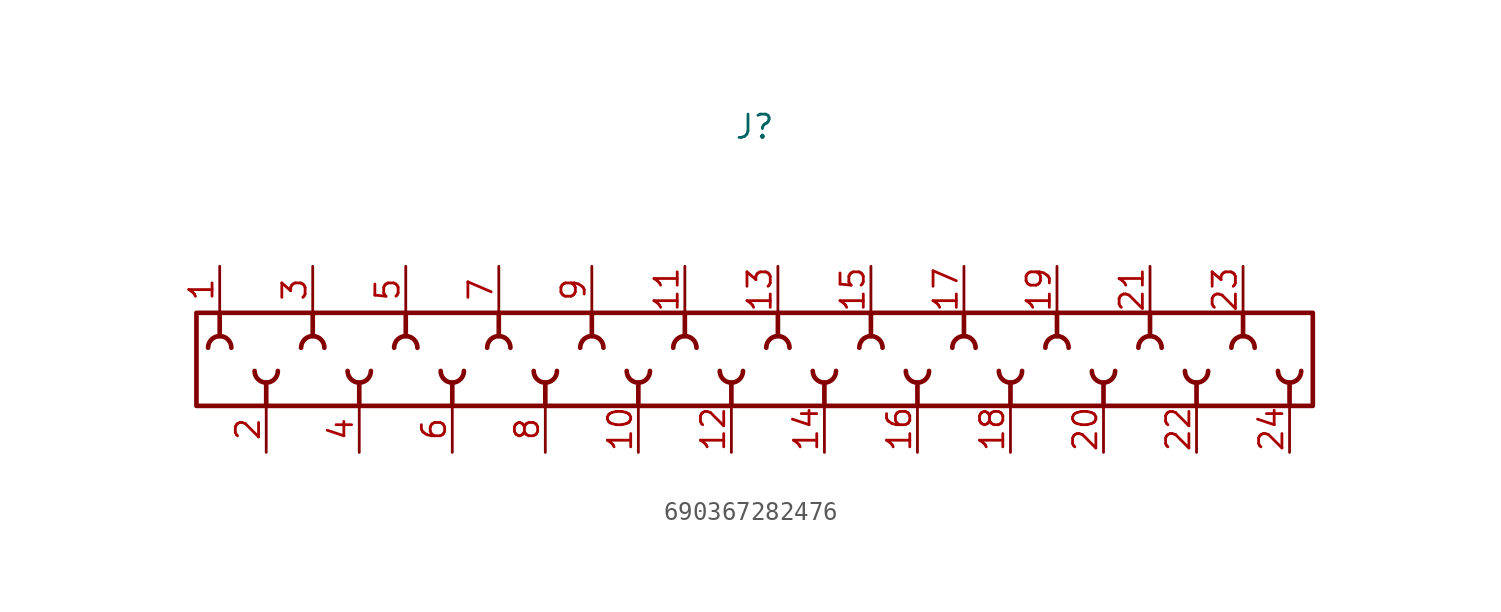
<source format=kicad_sym>
(kicad_symbol_lib
  (version 20241209)
  (generator "kicad_symbol_editor")
  (generator_version "9.0")
  (symbol "690367282476"
    (pin_names
      (hide yes))
    (property "Reference" "J"
      (at 0 12.7 0)
      (effects (font (size 1.27 1.27))))
    (symbol "690367282476_1_1"
      (rectangle (start -30.48 2.54) (end 30.48 -2.54) (stroke (width 0.254) (type solid)) (fill (type none)))
      (polyline (pts (xy -29.21 1.27) (xy -29.21 2.54)) (stroke (width 0.254) (type solid)) (fill (type none)))
      (arc (start -29.845 0.635) (mid -29.21 1.27) (end -28.575 0.635) (stroke (width 0.254) (type solid)) (fill (type none)))
      (arc (start -26.035 -0.635) (mid -26.67 -1.27) (end -27.305 -0.635) (stroke (width 0.254) (type solid)) (fill (type none)))
      (polyline (pts (xy -26.67 -1.27) (xy -26.67 -2.54)) (stroke (width 0.254) (type solid)) (fill (type none)))
      (polyline (pts (xy -24.13 1.27) (xy -24.13 2.54)) (stroke (width 0.254) (type solid)) (fill (type none)))
      (arc (start -24.765 0.635) (mid -24.13 1.27) (end -23.495 0.635) (stroke (width 0.254) (type solid)) (fill (type none)))
      (arc (start -20.955 -0.635) (mid -21.59 -1.27) (end -22.225 -0.635) (stroke (width 0.254) (type solid)) (fill (type none)))
      (polyline (pts (xy -21.59 -1.27) (xy -21.59 -2.54)) (stroke (width 0.254) (type solid)) (fill (type none)))
      (polyline (pts (xy -19.05 1.27) (xy -19.05 2.54)) (stroke (width 0.254) (type solid)) (fill (type none)))
      (arc (start -19.685 0.635) (mid -19.05 1.27) (end -18.415 0.635) (stroke (width 0.254) (type solid)) (fill (type none)))
      (arc (start -15.875 -0.635) (mid -16.51 -1.27) (end -17.145 -0.635) (stroke (width 0.254) (type solid)) (fill (type none)))
      (polyline (pts (xy -16.51 -1.27) (xy -16.51 -2.54)) (stroke (width 0.254) (type solid)) (fill (type none)))
      (polyline (pts (xy -13.97 1.27) (xy -13.97 2.54)) (stroke (width 0.254) (type solid)) (fill (type none)))
      (arc (start -14.605 0.635) (mid -13.97 1.27) (end -13.335 0.635) (stroke (width 0.254) (type solid)) (fill (type none)))
      (arc (start -10.795 -0.635) (mid -11.43 -1.27) (end -12.065 -0.635) (stroke (width 0.254) (type solid)) (fill (type none)))
      (polyline (pts (xy -11.43 -1.27) (xy -11.43 -2.54)) (stroke (width 0.254) (type solid)) (fill (type none)))
      (polyline (pts (xy -8.89 1.27) (xy -8.89 2.54)) (stroke (width 0.254) (type solid)) (fill (type none)))
      (arc (start -9.525 0.635) (mid -8.89 1.27) (end -8.255 0.635) (stroke (width 0.254) (type solid)) (fill (type none)))
      (arc (start -5.715 -0.635) (mid -6.35 -1.27) (end -6.985 -0.635) (stroke (width 0.254) (type solid)) (fill (type none)))
      (polyline (pts (xy -6.35 -1.27) (xy -6.35 -2.54)) (stroke (width 0.254) (type solid)) (fill (type none)))
      (polyline (pts (xy -3.81 1.27) (xy -3.81 2.54)) (stroke (width 0.254) (type solid)) (fill (type none)))
      (arc (start -4.445 0.635) (mid -3.81 1.27) (end -3.175 0.635) (stroke (width 0.254) (type solid)) (fill (type none)))
      (arc (start -0.635 -0.635) (mid -1.27 -1.27) (end -1.905 -0.635) (stroke (width 0.254) (type solid)) (fill (type none)))
      (polyline (pts (xy -1.27 -1.27) (xy -1.27 -2.54)) (stroke (width 0.254) (type solid)) (fill (type none)))
      (polyline (pts (xy 1.27 1.27) (xy 1.27 2.54)) (stroke (width 0.254) (type solid)) (fill (type none)))
      (arc (start 0.635 0.635) (mid 1.27 1.27) (end 1.905 0.635) (stroke (width 0.254) (type solid)) (fill (type none)))
      (arc (start 4.445 -0.635) (mid 3.81 -1.27) (end 3.175 -0.635) (stroke (width 0.254) (type solid)) (fill (type none)))
      (polyline (pts (xy 3.81 -1.27) (xy 3.81 -2.54)) (stroke (width 0.254) (type solid)) (fill (type none)))
      (polyline (pts (xy 6.35 1.27) (xy 6.35 2.54)) (stroke (width 0.254) (type solid)) (fill (type none)))
      (arc (start 5.715 0.635) (mid 6.35 1.27) (end 6.985 0.635) (stroke (width 0.254) (type solid)) (fill (type none)))
      (arc (start 9.525 -0.635) (mid 8.89 -1.27) (end 8.255 -0.635) (stroke (width 0.254) (type solid)) (fill (type none)))
      (polyline (pts (xy 8.89 -1.27) (xy 8.89 -2.54)) (stroke (width 0.254) (type solid)) (fill (type none)))
      (polyline (pts (xy 11.43 1.27) (xy 11.43 2.54)) (stroke (width 0.254) (type solid)) (fill (type none)))
      (arc (start 10.795 0.635) (mid 11.43 1.27) (end 12.065 0.635) (stroke (width 0.254) (type solid)) (fill (type none)))
      (arc (start 14.605 -0.635) (mid 13.97 -1.27) (end 13.335 -0.635) (stroke (width 0.254) (type solid)) (fill (type none)))
      (polyline (pts (xy 13.97 -1.27) (xy 13.97 -2.54)) (stroke (width 0.254) (type solid)) (fill (type none)))
      (polyline (pts (xy 16.51 1.27) (xy 16.51 2.54)) (stroke (width 0.254) (type solid)) (fill (type none)))
      (arc (start 15.875 0.635) (mid 16.51 1.27) (end 17.145 0.635) (stroke (width 0.254) (type solid)) (fill (type none)))
      (arc (start 19.685 -0.635) (mid 19.05 -1.27) (end 18.415 -0.635) (stroke (width 0.254) (type solid)) (fill (type none)))
      (polyline (pts (xy 19.05 -1.27) (xy 19.05 -2.54)) (stroke (width 0.254) (type solid)) (fill (type none)))
      (polyline (pts (xy 21.59 1.27) (xy 21.59 2.54)) (stroke (width 0.254) (type solid)) (fill (type none)))
      (arc (start 20.955 0.635) (mid 21.59 1.27) (end 22.225 0.635) (stroke (width 0.254) (type solid)) (fill (type none)))
      (arc (start 24.765 -0.635) (mid 24.13 -1.27) (end 23.495 -0.635) (stroke (width 0.254) (type solid)) (fill (type none)))
      (polyline (pts (xy 24.13 -1.27) (xy 24.13 -2.54)) (stroke (width 0.254) (type solid)) (fill (type none)))
      (polyline (pts (xy 26.67 1.27) (xy 26.67 2.54)) (stroke (width 0.254) (type solid)) (fill (type none)))
      (arc (start 26.035 0.635) (mid 26.67 1.27) (end 27.305 0.635) (stroke (width 0.254) (type solid)) (fill (type none)))
      (arc (start 29.845 -0.635) (mid 29.21 -1.27) (end 28.575 -0.635) (stroke (width 0.254) (type solid)) (fill (type none)))
      (polyline (pts (xy 29.21 -1.27) (xy 29.21 -2.54)) (stroke (width 0.254) (type solid)) (fill (type none)))
      (pin passive line (at -29.21 5.08 270) (length 2.54) (name "1" (effects (font (size 1.27 1.27)))) (number "1" (effects (font (size 1.27 1.27)))))
      (pin passive line (at -26.67 -5.08 90) (length 2.54) (name "2" (effects (font (size 1.27 1.27)))) (number "2" (effects (font (size 1.27 1.27)))))
      (pin passive line (at -24.13 5.08 270) (length 2.54) (name "3" (effects (font (size 1.27 1.27)))) (number "3" (effects (font (size 1.27 1.27)))))
      (pin passive line (at -21.59 -5.08 90) (length 2.54) (name "4" (effects (font (size 1.27 1.27)))) (number "4" (effects (font (size 1.27 1.27)))))
      (pin passive line (at -19.05 5.08 270) (length 2.54) (name "5" (effects (font (size 1.27 1.27)))) (number "5" (effects (font (size 1.27 1.27)))))
      (pin passive line (at -16.51 -5.08 90) (length 2.54) (name "6" (effects (font (size 1.27 1.27)))) (number "6" (effects (font (size 1.27 1.27)))))
      (pin passive line (at -13.97 5.08 270) (length 2.54) (name "7" (effects (font (size 1.27 1.27)))) (number "7" (effects (font (size 1.27 1.27)))))
      (pin passive line (at -11.43 -5.08 90) (length 2.54) (name "4" (effects (font (size 1.27 1.27)))) (number "8" (effects (font (size 1.27 1.27)))))
      (pin passive line (at -8.89 5.08 270) (length 2.54) (name "9" (effects (font (size 1.27 1.27)))) (number "9" (effects (font (size 1.27 1.27)))))
      (pin passive line (at -6.35 -5.08 90) (length 2.54) (name "10" (effects (font (size 1.27 1.27)))) (number "10" (effects (font (size 1.27 1.27)))))
      (pin passive line (at -3.81 5.08 270) (length 2.54) (name "11" (effects (font (size 1.27 1.27)))) (number "11" (effects (font (size 1.27 1.27)))))
      (pin passive line (at -1.27 -5.08 90) (length 2.54) (name "12" (effects (font (size 1.27 1.27)))) (number "12" (effects (font (size 1.27 1.27)))))
      (pin passive line (at 1.27 5.08 270) (length 2.54) (name "13" (effects (font (size 1.27 1.27)))) (number "13" (effects (font (size 1.27 1.27)))))
      (pin passive line (at 3.81 -5.08 90) (length 2.54) (name "14" (effects (font (size 1.27 1.27)))) (number "14" (effects (font (size 1.27 1.27)))))
      (pin passive line (at 6.35 5.08 270) (length 2.54) (name "15" (effects (font (size 1.27 1.27)))) (number "15" (effects (font (size 1.27 1.27)))))
      (pin passive line (at 8.89 -5.08 90) (length 2.54) (name "16" (effects (font (size 1.27 1.27)))) (number "16" (effects (font (size 1.27 1.27)))))
      (pin passive line (at 11.43 5.08 270) (length 2.54) (name "17" (effects (font (size 1.27 1.27)))) (number "17" (effects (font (size 1.27 1.27)))))
      (pin passive line (at 13.97 -5.08 90) (length 2.54) (name "18" (effects (font (size 1.27 1.27)))) (number "18" (effects (font (size 1.27 1.27)))))
      (pin passive line (at 16.51 5.08 270) (length 2.54) (name "19" (effects (font (size 1.27 1.27)))) (number "19" (effects (font (size 1.27 1.27)))))
      (pin passive line (at 19.05 -5.08 90) (length 2.54) (name "20" (effects (font (size 1.27 1.27)))) (number "20" (effects (font (size 1.27 1.27)))))
      (pin passive line (at 21.59 5.08 270) (length 2.54) (name "21" (effects (font (size 1.27 1.27)))) (number "21" (effects (font (size 1.27 1.27)))))
      (pin passive line (at 24.13 -5.08 90) (length 2.54) (name "22" (effects (font (size 1.27 1.27)))) (number "22" (effects (font (size 1.27 1.27)))))
      (pin passive line (at 26.67 5.08 270) (length 2.54) (name "23" (effects (font (size 1.27 1.27)))) (number "23" (effects (font (size 1.27 1.27)))))
      (pin passive line (at 29.21 -5.08 90) (length 2.54) (name "24" (effects (font (size 1.27 1.27)))) (number "24" (effects (font (size 1.27 1.27))))))))
</source>
